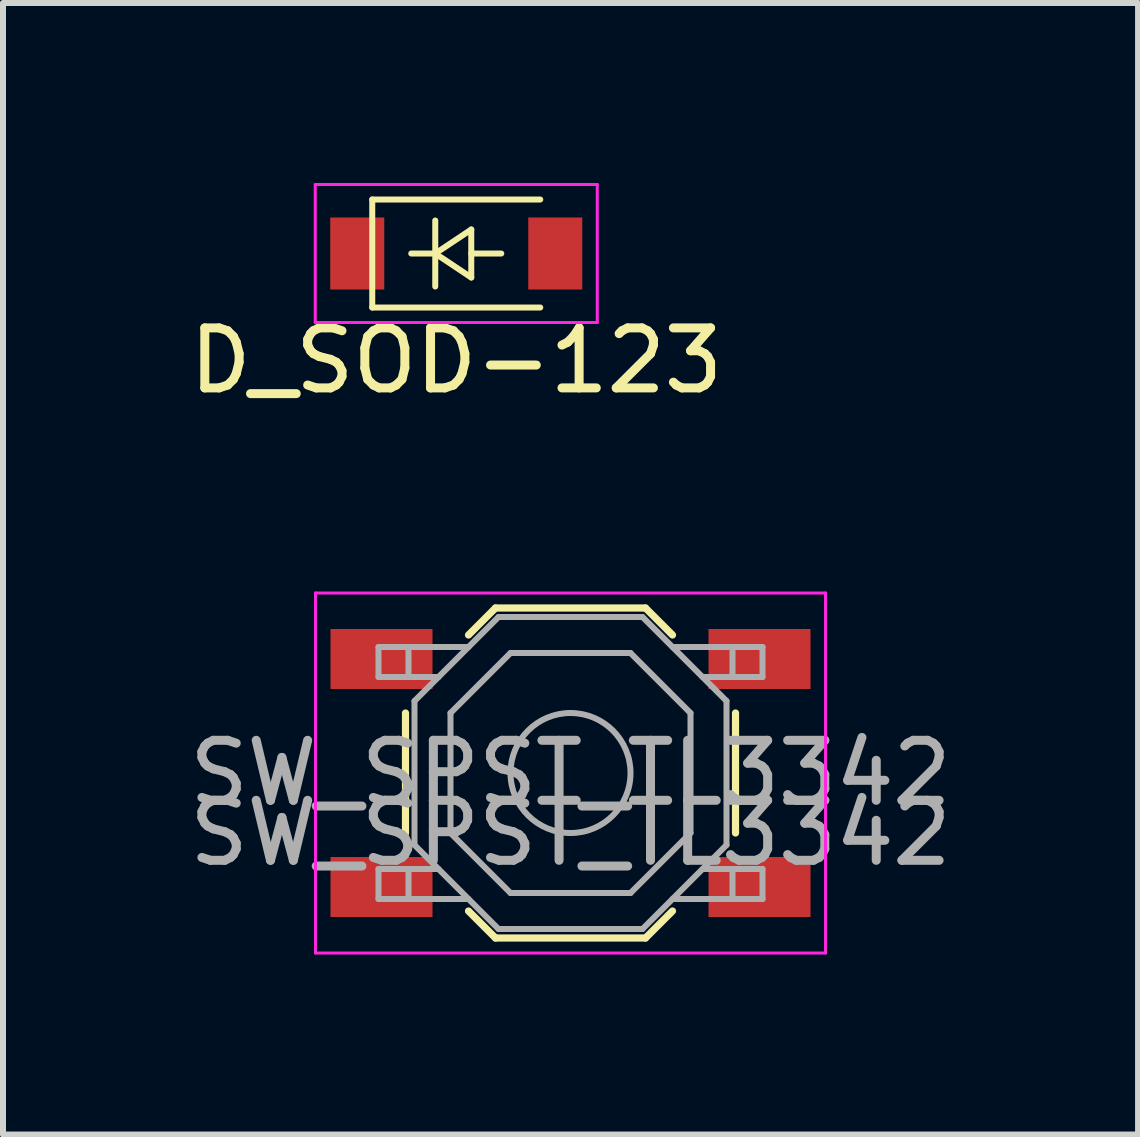
<source format=kicad_pcb>
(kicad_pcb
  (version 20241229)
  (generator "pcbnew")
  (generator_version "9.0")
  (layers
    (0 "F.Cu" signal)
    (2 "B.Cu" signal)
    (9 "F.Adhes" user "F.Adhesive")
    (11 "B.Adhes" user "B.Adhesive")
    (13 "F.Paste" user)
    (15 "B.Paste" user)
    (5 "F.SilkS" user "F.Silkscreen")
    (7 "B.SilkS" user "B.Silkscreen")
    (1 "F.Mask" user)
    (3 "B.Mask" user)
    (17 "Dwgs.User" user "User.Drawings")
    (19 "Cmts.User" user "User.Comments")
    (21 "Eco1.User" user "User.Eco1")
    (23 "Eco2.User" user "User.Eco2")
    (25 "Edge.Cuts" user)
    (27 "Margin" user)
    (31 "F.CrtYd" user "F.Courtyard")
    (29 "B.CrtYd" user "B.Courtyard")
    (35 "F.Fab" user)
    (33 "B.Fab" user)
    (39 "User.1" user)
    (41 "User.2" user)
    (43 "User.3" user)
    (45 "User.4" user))
  (footprint "D_SOD-123"
    (layer "F.Cu")
    (at 4.554 1.175)
    (property "Reference" "D_SOD-123" (at 0 1.785 180) (layer "F.SilkS") (effects (font (size 1 1) (thickness 0.15))))
    (attr smd)
    (fp_line (start -1.4 -0.9) (end 1.4 -0.9) (stroke (width 0.1) (type solid)) (layer "F.SilkS"))
    (fp_line (start -1.4 0.9) (end -1.4 -0.9) (stroke (width 0.1) (type solid)) (layer "F.SilkS"))
    (fp_line (start -0.75 0) (end -0.35 0) (stroke (width 0.1) (type solid)) (layer "F.SilkS"))
    (fp_line (start -0.35 0) (end -0.35 -0.55) (stroke (width 0.1) (type solid)) (layer "F.SilkS"))
    (fp_line (start -0.35 0) (end -0.35 0.55) (stroke (width 0.1) (type solid)) (layer "F.SilkS"))
    (fp_line (start -0.35 0) (end 0.25 -0.4) (stroke (width 0.1) (type solid)) (layer "F.SilkS"))
    (fp_line (start 0.25 -0.4) (end 0.25 0.4) (stroke (width 0.1) (type solid)) (layer "F.SilkS"))
    (fp_line (start 0.25 0) (end 0.75 0) (stroke (width 0.1) (type solid)) (layer "F.SilkS"))
    (fp_line (start 0.25 0.4) (end -0.35 0) (stroke (width 0.1) (type solid)) (layer "F.SilkS"))
    (fp_line (start 1.4 0.9) (end -1.4 0.9) (stroke (width 0.1) (type solid)) (layer "F.SilkS"))
    (fp_line (start -2.35 -1.15) (end -2.35 1.15) (stroke (width 0.05) (type solid)) (layer "F.CrtYd"))
    (fp_line (start -2.35 -1.15) (end 2.35 -1.15) (stroke (width 0.05) (type solid)) (layer "F.CrtYd"))
    (fp_line (start 2.35 -1.15) (end 2.35 1.15) (stroke (width 0.05) (type solid)) (layer "F.CrtYd"))
    (fp_line (start 2.35 1.15) (end -2.35 1.15) (stroke (width 0.05) (type solid)) (layer "F.CrtYd"))
    (pad "1" smd rect (at -1.65 0) (size 0.9 1.2) (layers "F.Cu" "F.Mask" "F.Paste"))
    (pad "2" smd rect (at 1.65 0) (size 0.9 1.2) (layers "F.Cu" "F.Mask" "F.Paste")))
  (footprint "SW_SPST_TL3342"
    (layer "F.Cu")
    (at 6.458 9.833)
    (property "Reference" "SW_SPST_TL3342" (at 0 1 180) (layer "F.Fab") (effects (font (size 1 1) (thickness 0.15))))
    (attr smd)
    (fp_line (start -2.75 -1) (end -2.75 1) (stroke (width 0.12) (type solid)) (layer "F.SilkS"))
    (fp_line (start -1.7 -2.3) (end -1.25 -2.75) (stroke (width 0.12) (type solid)) (layer "F.SilkS"))
    (fp_line (start -1.7 2.3) (end -1.25 2.75) (stroke (width 0.12) (type solid)) (layer "F.SilkS"))
    (fp_line (start -1.25 -2.75) (end 1.25 -2.75) (stroke (width 0.12) (type solid)) (layer "F.SilkS"))
    (fp_line (start -1.25 2.75) (end 1.25 2.75) (stroke (width 0.12) (type solid)) (layer "F.SilkS"))
    (fp_line (start 1.7 -2.3) (end 1.25 -2.75) (stroke (width 0.12) (type solid)) (layer "F.SilkS"))
    (fp_line (start 1.7 2.3) (end 1.25 2.75) (stroke (width 0.12) (type solid)) (layer "F.SilkS"))
    (fp_line (start 2.75 -1) (end 2.75 1) (stroke (width 0.12) (type solid)) (layer "F.SilkS"))
    (fp_line (start -4.25 -3) (end 4.25 -3) (stroke (width 0.05) (type solid)) (layer "F.CrtYd"))
    (fp_line (start -4.25 3) (end -4.25 -3) (stroke (width 0.05) (type solid)) (layer "F.CrtYd"))
    (fp_line (start 4.25 -3) (end 4.25 3) (stroke (width 0.05) (type solid)) (layer "F.CrtYd"))
    (fp_line (start 4.25 3) (end -4.25 3) (stroke (width 0.05) (type solid)) (layer "F.CrtYd"))
    (fp_line (start -3.2 -2.1) (end -3.2 -1.6) (stroke (width 0.1) (type solid)) (layer "F.Fab"))
    (fp_line (start -3.2 -1.6) (end -2.2 -1.6) (stroke (width 0.1) (type solid)) (layer "F.Fab"))
    (fp_line (start -3.2 1.6) (end -2.2 1.6) (stroke (width 0.1) (type solid)) (layer "F.Fab"))
    (fp_line (start -3.2 2.1) (end -3.2 1.6) (stroke (width 0.1) (type solid)) (layer "F.Fab"))
    (fp_line (start -2.7 -2.1) (end -2.7 -1.6) (stroke (width 0.1) (type solid)) (layer "F.Fab"))
    (fp_line (start -2.7 2.1) (end -2.7 1.6) (stroke (width 0.1) (type solid)) (layer "F.Fab"))
    (fp_line (start -2.6 -1.2) (end -2.6 1.2) (stroke (width 0.1) (type solid)) (layer "F.Fab"))
    (fp_line (start -2.6 1.2) (end -1.2 2.6) (stroke (width 0.1) (type solid)) (layer "F.Fab"))
    (fp_line (start -2 -1) (end -1 -2) (stroke (width 0.1) (type solid)) (layer "F.Fab"))
    (fp_line (start -2 1) (end -2 -1) (stroke (width 0.1) (type solid)) (layer "F.Fab"))
    (fp_line (start -1.7 -2.1) (end -3.2 -2.1) (stroke (width 0.1) (type solid)) (layer "F.Fab"))
    (fp_line (start -1.7 2.1) (end -3.2 2.1) (stroke (width 0.1) (type solid)) (layer "F.Fab"))
    (fp_line (start -1.2 -2.6) (end -2.6 -1.2) (stroke (width 0.1) (type solid)) (layer "F.Fab"))
    (fp_line (start -1.2 2.6) (end 1.2 2.6) (stroke (width 0.1) (type solid)) (layer "F.Fab"))
    (fp_line (start -1 -2) (end 1 -2) (stroke (width 0.1) (type solid)) (layer "F.Fab"))
    (fp_line (start -1 2) (end -2 1) (stroke (width 0.1) (type solid)) (layer "F.Fab"))
    (fp_line (start 1 -2) (end 2 -1) (stroke (width 0.1) (type solid)) (layer "F.Fab"))
    (fp_line (start 1 2) (end -1 2) (stroke (width 0.1) (type solid)) (layer "F.Fab"))
    (fp_line (start 1.2 -2.6) (end -1.2 -2.6) (stroke (width 0.1) (type solid)) (layer "F.Fab"))
    (fp_line (start 1.2 2.6) (end 2.6 1.2) (stroke (width 0.1) (type solid)) (layer "F.Fab"))
    (fp_line (start 1.7 -2.1) (end 3.2 -2.1) (stroke (width 0.1) (type solid)) (layer "F.Fab"))
    (fp_line (start 1.7 2.1) (end 3.2 2.1) (stroke (width 0.1) (type solid)) (layer "F.Fab"))
    (fp_line (start 2 -1) (end 2 1) (stroke (width 0.1) (type solid)) (layer "F.Fab"))
    (fp_line (start 2 1) (end 1 2) (stroke (width 0.1) (type solid)) (layer "F.Fab"))
    (fp_line (start 2.6 -1.2) (end 1.2 -2.6) (stroke (width 0.1) (type solid)) (layer "F.Fab"))
    (fp_line (start 2.6 1.2) (end 2.6 -1.2) (stroke (width 0.1) (type solid)) (layer "F.Fab"))
    (fp_line (start 2.7 -2.1) (end 2.7 -1.6) (stroke (width 0.1) (type solid)) (layer "F.Fab"))
    (fp_line (start 2.7 2.1) (end 2.7 1.6) (stroke (width 0.1) (type solid)) (layer "F.Fab"))
    (fp_line (start 3.2 -2.1) (end 3.2 -1.6) (stroke (width 0.1) (type solid)) (layer "F.Fab"))
    (fp_line (start 3.2 -1.6) (end 2.2 -1.6) (stroke (width 0.1) (type solid)) (layer "F.Fab"))
    (fp_line (start 3.2 1.6) (end 2.2 1.6) (stroke (width 0.1) (type solid)) (layer "F.Fab"))
    (fp_line (start 3.2 2.1) (end 3.2 1.6) (stroke (width 0.1) (type solid)) (layer "F.Fab"))
    (fp_circle (center 0 0) (end 1 0) (stroke (width 0.1) (type solid)) (fill no) (layer "F.Fab"))
    (fp_text user "${REFERENCE}" (at 0 0 180) (layer "F.Fab") (effects (font (size 1 1) (thickness 0.15))))
    (pad "1" smd rect (at -3.15 -1.9) (size 1.7 1) (layers "F.Cu" "F.Mask" "F.Paste"))
    (pad "1" smd rect (at 3.15 -1.9) (size 1.7 1) (layers "F.Cu" "F.Mask" "F.Paste"))
    (pad "2" smd rect (at -3.15 1.9) (size 1.7 1) (layers "F.Cu" "F.Mask" "F.Paste"))
    (pad "2" smd rect (at 3.15 1.9) (size 1.7 1) (layers "F.Cu" "F.Mask" "F.Paste")))
  (gr_rect
    (start -3 -3)
    (end 15.917 15.858)
    (stroke (width 0.1) (type default))
    (fill no)
    (layer "Edge.Cuts")))
</source>
